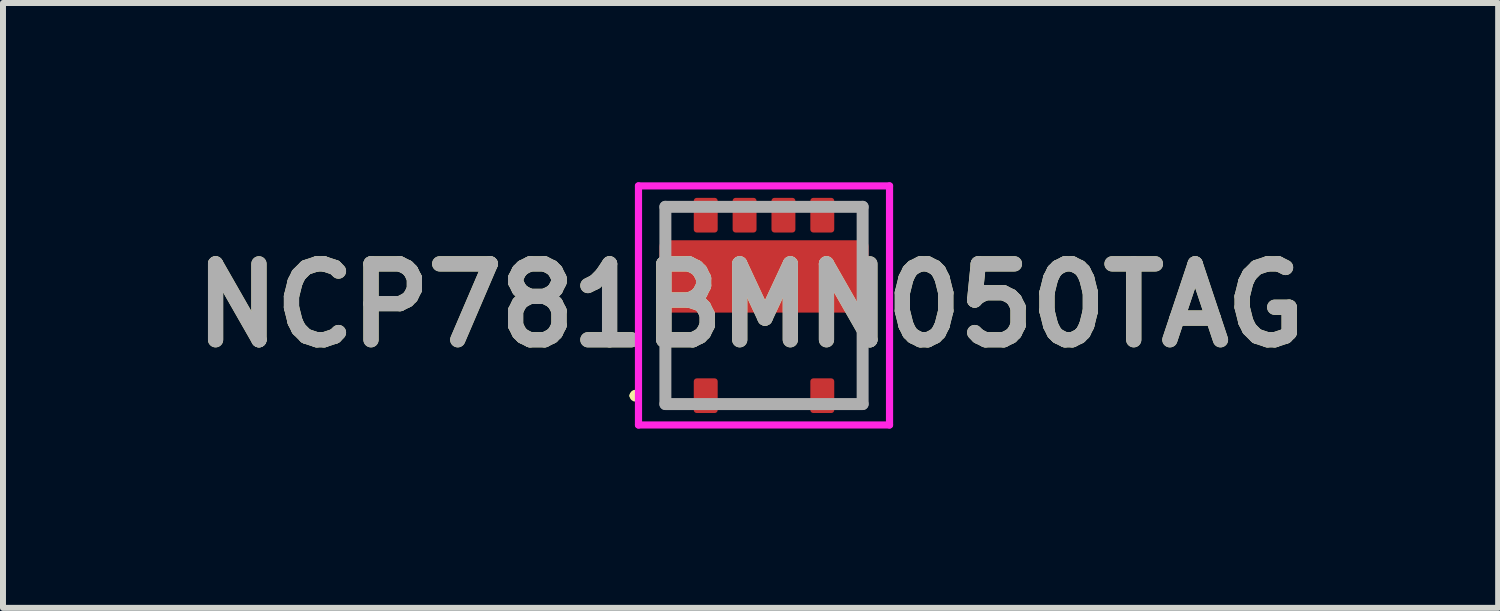
<source format=kicad_pcb>
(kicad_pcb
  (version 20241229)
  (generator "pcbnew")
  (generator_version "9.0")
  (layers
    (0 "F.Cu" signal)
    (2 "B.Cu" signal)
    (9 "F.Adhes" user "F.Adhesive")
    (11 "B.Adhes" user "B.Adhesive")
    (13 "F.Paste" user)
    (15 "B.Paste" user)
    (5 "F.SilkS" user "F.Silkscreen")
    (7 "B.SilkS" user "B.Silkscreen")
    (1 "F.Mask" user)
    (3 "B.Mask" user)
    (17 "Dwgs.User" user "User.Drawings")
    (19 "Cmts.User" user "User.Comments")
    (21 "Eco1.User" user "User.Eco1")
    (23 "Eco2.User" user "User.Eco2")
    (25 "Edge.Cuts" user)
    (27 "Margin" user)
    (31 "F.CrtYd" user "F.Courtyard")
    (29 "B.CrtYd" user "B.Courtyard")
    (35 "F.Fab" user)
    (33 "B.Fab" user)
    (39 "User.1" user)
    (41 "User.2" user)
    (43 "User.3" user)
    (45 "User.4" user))
  (footprint "NCP781BMN050TAG"
    (layer "F.Cu")
    (at 9.732 2.06)
    (property "Reference" "NCP781BMN050TAG" (at -0.225 0 0) (layer "F.SilkS") (effects (font (size 1.27 1.27) (thickness 0.254))))
    (attr smd)
    (fp_line (start -2.2 1.51) (end -2.2 1.51) (stroke (width 0.1) (type solid)) (layer "F.SilkS"))
    (fp_line (start -2.1 1.51) (end -2.1 1.51) (stroke (width 0.1) (type solid)) (layer "F.SilkS"))
    (fp_line (start -1.65 0.4) (end -1.65 1.65) (stroke (width 0.1) (type solid)) (layer "F.SilkS"))
    (fp_line (start -0.5 1.65) (end 0.5 1.65) (stroke (width 0.1) (type solid)) (layer "F.SilkS"))
    (fp_line (start 1.65 0.5) (end 1.65 1.6) (stroke (width 0.1) (type solid)) (layer "F.SilkS"))
    (fp_arc (start -2.2 1.51) (mid -2.15 1.46) (end -2.1 1.51) (stroke (width 0.1) (type solid)) (layer "F.SilkS"))
    (fp_arc (start -2.1 1.51) (mid -2.15 1.56) (end -2.2 1.51) (stroke (width 0.1) (type solid)) (layer "F.SilkS"))
    (fp_line (start -2.1 -2) (end -2.1 2) (stroke (width 0.12) (type solid)) (layer "F.CrtYd"))
    (fp_line (start -2.1 2) (end 2.1 2) (stroke (width 0.12) (type solid)) (layer "F.CrtYd"))
    (fp_line (start 2.1 -2) (end -2.1 -2) (stroke (width 0.12) (type solid)) (layer "F.CrtYd"))
    (fp_line (start 2.1 2) (end 2.1 -2) (stroke (width 0.12) (type solid)) (layer "F.CrtYd"))
    (fp_line (start -1.65 -1.65) (end 1.65 -1.65) (stroke (width 0.2) (type solid)) (layer "F.Fab"))
    (fp_line (start -1.65 1.65) (end -1.65 -1.65) (stroke (width 0.2) (type solid)) (layer "F.Fab"))
    (fp_line (start 1.65 -1.65) (end 1.65 1.65) (stroke (width 0.2) (type solid)) (layer "F.Fab"))
    (fp_line (start 1.65 1.65) (end -1.65 1.65) (stroke (width 0.2) (type solid)) (layer "F.Fab"))
    (fp_text user "${REFERENCE}" (at -0.225 0 0) (layer "F.Fab") (effects (font (size 1.27 1.27) (thickness 0.254))))
    (pad "1" smd roundrect (at -0.975 1.51) (size 0.4 0.58) (layers "F.Cu" "F.Mask" "F.Paste") (roundrect_rratio 0.125))
    (pad "2" smd roundrect (at 0.975 1.51) (size 0.4 0.58) (layers "F.Cu" "F.Mask" "F.Paste") (roundrect_rratio 0.125))
    (pad "3" smd roundrect (at 0.975 -1.51) (size 0.4 0.58) (layers "F.Cu" "F.Mask" "F.Paste") (roundrect_rratio 0.125))
    (pad "4" smd roundrect (at 0.325 -1.51) (size 0.4 0.58) (layers "F.Cu" "F.Mask" "F.Paste") (roundrect_rratio 0.125))
    (pad "5" smd roundrect (at -0.325 -1.51) (size 0.4 0.58) (layers "F.Cu" "F.Mask" "F.Paste") (roundrect_rratio 0.125))
    (pad "6" smd roundrect (at -0.975 -1.51) (size 0.4 0.58) (layers "F.Cu" "F.Mask" "F.Paste") (roundrect_rratio 0.125))
    (pad "7" smd roundrect (at 0 -0.485 90) (size 1.21 3.5) (layers "F.Cu" "F.Mask" "F.Paste") (roundrect_rratio 0.083)))
  (gr_rect
    (start -3 -3)
    (end 22.014 7.12)
    (stroke (width 0.1) (type default))
    (fill no)
    (layer "Edge.Cuts")))
</source>
